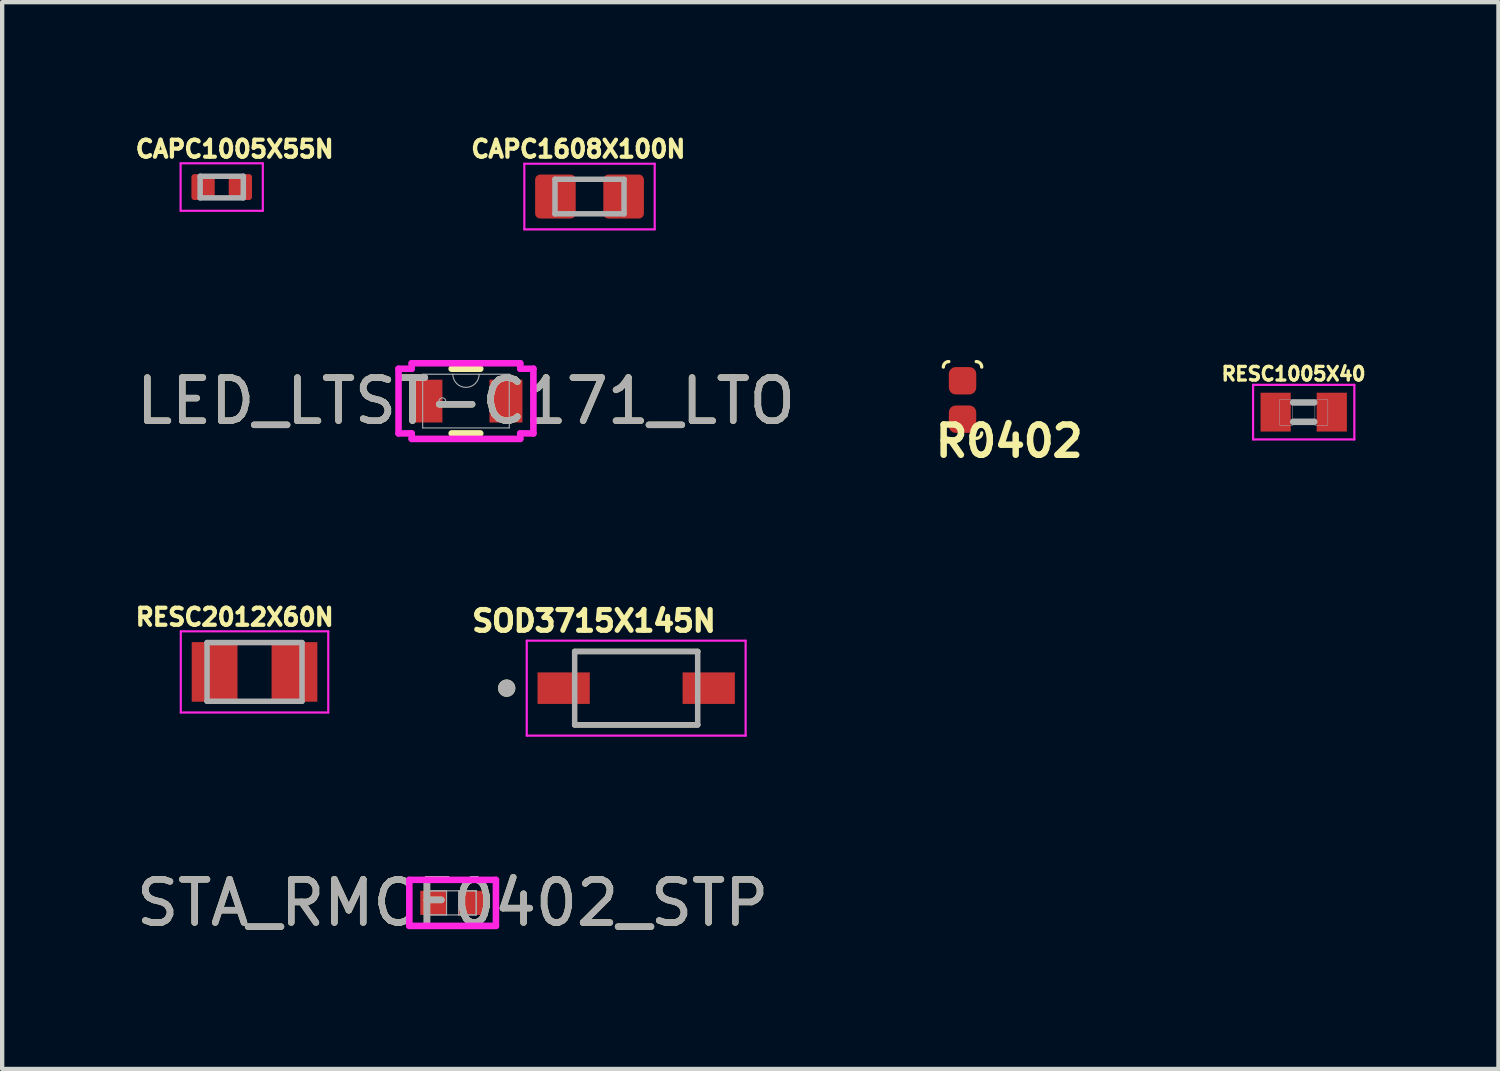
<source format=kicad_pcb>
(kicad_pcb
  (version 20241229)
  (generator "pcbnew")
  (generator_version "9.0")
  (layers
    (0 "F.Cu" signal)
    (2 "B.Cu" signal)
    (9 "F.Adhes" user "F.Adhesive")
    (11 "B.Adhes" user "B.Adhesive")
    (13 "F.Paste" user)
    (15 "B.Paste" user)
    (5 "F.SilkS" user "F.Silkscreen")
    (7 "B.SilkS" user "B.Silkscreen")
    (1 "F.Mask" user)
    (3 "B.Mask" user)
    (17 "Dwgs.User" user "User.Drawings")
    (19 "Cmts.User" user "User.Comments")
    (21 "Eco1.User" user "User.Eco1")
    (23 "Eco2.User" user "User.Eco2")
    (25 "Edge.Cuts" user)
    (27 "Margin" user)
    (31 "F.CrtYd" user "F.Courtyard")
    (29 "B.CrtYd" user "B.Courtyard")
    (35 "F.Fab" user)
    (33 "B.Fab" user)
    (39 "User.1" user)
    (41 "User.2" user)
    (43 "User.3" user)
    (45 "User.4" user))
  (footprint "R0402"
    (layer "F.Cu")
    (at 19.247 6.215)
    (property "Reference" "R0402" (at 1.081 0.953 180) (layer "F.SilkS") (effects (font (size 0.701 0.701) (thickness 0.15))))
    (attr smd)
    (fp_arc (start -0.4445 -0.762) (mid -0.407303 -0.851803) (end -0.3175 -0.889) (stroke (width 0.0762) (type solid)) (layer "F.SilkS"))
    (fp_arc (start -0.3175 0.889) (mid -0.407303 0.851803) (end -0.4445 0.762) (stroke (width 0.0762) (type solid)) (layer "F.SilkS"))
    (fp_arc (start 0.3175 -0.889) (mid 0.407303 -0.851803) (end 0.4445 -0.762) (stroke (width 0.0762) (type solid)) (layer "F.SilkS"))
    (fp_arc (start 0.4445 0.762) (mid 0.407303 0.851803) (end 0.3175 0.889) (stroke (width 0.0762) (type solid)) (layer "F.SilkS"))
    (pad "1" smd roundrect (at 0 -0.445) (size 0.635 0.635) (layers "F.Cu" "F.Mask" "F.Paste") (roundrect_rratio 0.25))
    (pad "2" smd roundrect (at 0 0.445) (size 0.635 0.635) (layers "F.Cu" "F.Mask" "F.Paste") (roundrect_rratio 0.25)))
  (footprint "CAPC1608X100N"
    (layer "F.Cu")
    (at 10.606 1.503)
    (property "Reference" "CAPC1608X100N" (at -0.26 -1.1 0) (layer "F.SilkS") (effects (font (size 0.394 0.394) (thickness 0.15))))
    (attr smd)
    (fp_line (start -1.51 -0.76) (end 1.51 -0.76) (stroke (width 0.05) (type solid)) (layer "F.CrtYd"))
    (fp_line (start -1.51 0.76) (end -1.51 -0.76) (stroke (width 0.05) (type solid)) (layer "F.CrtYd"))
    (fp_line (start -1.51 0.76) (end 1.51 0.76) (stroke (width 0.05) (type solid)) (layer "F.CrtYd"))
    (fp_line (start 1.51 0.76) (end 1.51 -0.76) (stroke (width 0.05) (type solid)) (layer "F.CrtYd"))
    (fp_line (start -0.8 0.4) (end -0.8 -0.4) (stroke (width 0.127) (type solid)) (layer "F.Fab"))
    (fp_line (start 0.8 -0.4) (end -0.8 -0.4) (stroke (width 0.127) (type solid)) (layer "F.Fab"))
    (fp_line (start 0.8 0.4) (end -0.8 0.4) (stroke (width 0.127) (type solid)) (layer "F.Fab"))
    (fp_line (start 0.8 0.4) (end 0.8 -0.4) (stroke (width 0.127) (type solid)) (layer "F.Fab"))
    (pad "1" smd roundrect (at -0.79 0) (size 0.94 1.02) (layers "F.Cu" "F.Mask" "F.Paste") (roundrect_rratio 0.125))
    (pad "2" smd roundrect (at 0.79 0) (size 0.94 1.02) (layers "F.Cu" "F.Mask" "F.Paste") (roundrect_rratio 0.125)))
  (footprint "SOD3715X145N"
    (layer "F.Cu")
    (at 11.687 12.891)
    (property "Reference" "SOD3715X145N" (at -0.978 -1.557 0) (layer "F.SilkS") (effects (font (size 0.481 0.481) (thickness 0.15))))
    (attr smd)
    (fp_line (start -1.425 -0.85) (end 1.425 -0.85) (stroke (width 0.127) (type solid)) (layer "F.SilkS"))
    (fp_line (start 1.425 0.85) (end -1.425 0.85) (stroke (width 0.127) (type solid)) (layer "F.SilkS"))
    (fp_circle (center -3 0) (end -2.9 0) (stroke (width 0.2) (type solid)) (fill no) (layer "F.SilkS"))
    (fp_line (start -2.535 -1.1) (end 2.535 -1.1) (stroke (width 0.05) (type solid)) (layer "F.CrtYd"))
    (fp_line (start -2.535 1.1) (end -2.535 -1.1) (stroke (width 0.05) (type solid)) (layer "F.CrtYd"))
    (fp_line (start 2.535 -1.1) (end 2.535 1.1) (stroke (width 0.05) (type solid)) (layer "F.CrtYd"))
    (fp_line (start 2.535 1.1) (end -2.535 1.1) (stroke (width 0.05) (type solid)) (layer "F.CrtYd"))
    (fp_line (start -1.425 -0.85) (end 1.425 -0.85) (stroke (width 0.127) (type solid)) (layer "F.Fab"))
    (fp_line (start -1.425 0.85) (end -1.425 -0.85) (stroke (width 0.127) (type solid)) (layer "F.Fab"))
    (fp_line (start 1.425 -0.85) (end 1.425 0.85) (stroke (width 0.127) (type solid)) (layer "F.Fab"))
    (fp_line (start 1.425 0.85) (end -1.425 0.85) (stroke (width 0.127) (type solid)) (layer "F.Fab"))
    (fp_circle (center -3 0) (end -2.9 0) (stroke (width 0.2) (type solid)) (fill no) (layer "F.Fab"))
    (pad "A" smd rect (at 1.68 0) (size 1.21 0.73) (layers "F.Cu" "F.Mask" "F.Paste"))
    (pad "C" smd rect (at -1.68 0) (size 1.21 0.73) (layers "F.Cu" "F.Mask" "F.Paste")))
  (footprint "CAPC1005X55N"
    (layer "F.Cu")
    (at 2.086 1.283)
    (property "Reference" "CAPC1005X55N" (at 0.3 -0.88 0) (layer "F.SilkS") (effects (font (size 0.394 0.394) (thickness 0.15))))
    (attr smd)
    (fp_line (start -0.952 -0.55) (end 0.952 -0.55) (stroke (width 0.05) (type solid)) (layer "F.CrtYd"))
    (fp_line (start -0.952 0.55) (end -0.952 -0.55) (stroke (width 0.05) (type solid)) (layer "F.CrtYd"))
    (fp_line (start -0.952 0.55) (end 0.952 0.55) (stroke (width 0.05) (type solid)) (layer "F.CrtYd"))
    (fp_line (start 0.952 0.55) (end 0.952 -0.55) (stroke (width 0.05) (type solid)) (layer "F.CrtYd"))
    (fp_line (start -0.5 0.25) (end -0.5 -0.25) (stroke (width 0.127) (type solid)) (layer "F.Fab"))
    (fp_line (start 0.5 -0.25) (end -0.5 -0.25) (stroke (width 0.127) (type solid)) (layer "F.Fab"))
    (fp_line (start 0.5 0.25) (end -0.5 0.25) (stroke (width 0.127) (type solid)) (layer "F.Fab"))
    (fp_line (start 0.5 0.25) (end 0.5 -0.25) (stroke (width 0.127) (type solid)) (layer "F.Fab"))
    (pad "1" smd roundrect (at -0.432 0) (size 0.54 0.6) (layers "F.Cu" "F.Mask" "F.Paste") (roundrect_rratio 0.125))
    (pad "2" smd roundrect (at 0.432 0) (size 0.54 0.6) (layers "F.Cu" "F.Mask" "F.Paste") (roundrect_rratio 0.125)))
  (footprint "STA_RMCF0402_STP"
    (layer "F.Cu")
    (at 7.435 17.865)
    (property "Reference" "STA_RMCF0402_STP" (at 0 0 0) (unlocked yes) (layer "F.SilkS") (effects (font (size 1 1) (thickness 0.15))))
    (attr smd)
    (fp_line (start -1.003 -0.533) (end 1.003 -0.533) (stroke (width 0.152) (type solid)) (layer "F.CrtYd"))
    (fp_line (start -1.003 0.533) (end -1.003 -0.533) (stroke (width 0.152) (type solid)) (layer "F.CrtYd"))
    (fp_line (start 1.003 -0.533) (end 1.003 0.533) (stroke (width 0.152) (type solid)) (layer "F.CrtYd"))
    (fp_line (start 1.003 0.533) (end -1.003 0.533) (stroke (width 0.152) (type solid)) (layer "F.CrtYd"))
    (fp_line (start -0.546 -0.279) (end -0.546 0.279) (stroke (width 0.025) (type solid)) (layer "F.Fab"))
    (fp_line (start -0.546 -0.279) (end -0.546 0.279) (stroke (width 0.025) (type solid)) (layer "F.Fab"))
    (fp_line (start -0.546 0.279) (end -0.14 0.279) (stroke (width 0.025) (type solid)) (layer "F.Fab"))
    (fp_line (start -0.546 0.279) (end 0.546 0.279) (stroke (width 0.025) (type solid)) (layer "F.Fab"))
    (fp_line (start -0.14 -0.279) (end -0.546 -0.279) (stroke (width 0.025) (type solid)) (layer "F.Fab"))
    (fp_line (start -0.14 0.279) (end -0.14 -0.279) (stroke (width 0.025) (type solid)) (layer "F.Fab"))
    (fp_line (start 0.14 -0.279) (end 0.14 0.279) (stroke (width 0.025) (type solid)) (layer "F.Fab"))
    (fp_line (start 0.14 0.279) (end 0.546 0.279) (stroke (width 0.025) (type solid)) (layer "F.Fab"))
    (fp_line (start 0.546 -0.279) (end -0.546 -0.279) (stroke (width 0.025) (type solid)) (layer "F.Fab"))
    (fp_line (start 0.546 -0.279) (end 0.14 -0.279) (stroke (width 0.025) (type solid)) (layer "F.Fab"))
    (fp_line (start 0.546 0.279) (end 0.546 -0.279) (stroke (width 0.025) (type solid)) (layer "F.Fab"))
    (fp_line (start 0.546 0.279) (end 0.546 -0.279) (stroke (width 0.025) (type solid)) (layer "F.Fab"))
    (fp_text user "${REFERENCE}" (at 0 0 0) (unlocked yes) (layer "F.Fab") (effects (font (size 1 1) (thickness 0.15))))
    (pad "1" smd rect (at -0.445 0) (size 0.61 0.559) (layers "F.Cu" "F.Mask" "F.Paste"))
    (pad "2" smd rect (at 0.445 0) (size 0.61 0.559) (layers "F.Cu" "F.Mask" "F.Paste"))
    (zone (net_name "") (layer "F.Cu") (hatch full 0.508) (connect_pads) (min_thickness 0.254) (filled_areas_thickness no) (keepout (tracks not_allowed) (vias not_allowed) (pads allowed) (copperpour not_allowed) (footprints allowed)) (placement (enabled no)) (fill) (polygon (pts (xy 7.346 17.636) (xy 7.523 17.636) (xy 7.523 18.093) (xy 7.346 18.093)))))
  (footprint "RESC1005X40"
    (layer "F.Cu")
    (at 27.15 6.497)
    (property "Reference" "RESC1005X40" (at -0.235 -0.886 0) (layer "F.SilkS") (effects (font (size 0.315 0.315) (thickness 0.15))))
    (attr smd)
    (fp_line (start -1.173 -0.633) (end 1.173 -0.633) (stroke (width 0.051) (type solid)) (layer "F.CrtYd"))
    (fp_line (start -1.173 0.633) (end -1.173 -0.633) (stroke (width 0.051) (type solid)) (layer "F.CrtYd"))
    (fp_line (start 1.173 -0.633) (end 1.173 0.633) (stroke (width 0.051) (type solid)) (layer "F.CrtYd"))
    (fp_line (start 1.173 0.633) (end -1.173 0.633) (stroke (width 0.051) (type solid)) (layer "F.CrtYd"))
    (fp_line (start -0.245 -0.224) (end 0.245 -0.224) (stroke (width 0.152) (type solid)) (layer "F.Fab"))
    (fp_line (start 0.245 0.224) (end -0.245 0.224) (stroke (width 0.152) (type solid)) (layer "F.Fab"))
    (fp_poly (pts (xy -0.554 -0.295) (xy -0.254 -0.295) (xy -0.254 0.305) (xy -0.554 0.305)) (stroke (width 0.01) (type solid)) (fill no) (layer "F.Fab"))
    (fp_poly (pts (xy 0.259 -0.295) (xy 0.559 -0.295) (xy 0.559 0.305) (xy 0.259 0.305)) (stroke (width 0.01) (type solid)) (fill no) (layer "F.Fab"))
    (pad "1" smd rect (at -0.65 0) (size 0.7 0.9) (layers "F.Cu" "F.Mask" "F.Paste"))
    (pad "2" smd rect (at 0.65 0) (size 0.7 0.9) (layers "F.Cu" "F.Mask" "F.Paste")))
  (footprint "LED_LTST-C171_LTO"
    (layer "F.Cu")
    (at 7.744 6.241)
    (property "Reference" "LED_LTST-C171_LTO" (at 0 0 0) (unlocked yes) (layer "F.SilkS") (effects (font (size 1 1) (thickness 0.15))))
    (attr smd)
    (fp_line (start -0.331 0.749) (end 0.331 0.749) (stroke (width 0.152) (type solid)) (layer "F.SilkS"))
    (fp_line (start 0.331 -0.749) (end -0.331 -0.749) (stroke (width 0.152) (type solid)) (layer "F.SilkS"))
    (fp_line (start -1.562 -0.749) (end -1.257 -0.749) (stroke (width 0.152) (type solid)) (layer "F.CrtYd"))
    (fp_line (start -1.562 0.749) (end -1.562 -0.749) (stroke (width 0.152) (type solid)) (layer "F.CrtYd"))
    (fp_line (start -1.562 0.749) (end -1.257 0.749) (stroke (width 0.152) (type solid)) (layer "F.CrtYd"))
    (fp_line (start -1.257 -0.876) (end 1.257 -0.876) (stroke (width 0.152) (type solid)) (layer "F.CrtYd"))
    (fp_line (start -1.257 -0.749) (end -1.257 -0.876) (stroke (width 0.152) (type solid)) (layer "F.CrtYd"))
    (fp_line (start -1.257 0.876) (end -1.257 0.749) (stroke (width 0.152) (type solid)) (layer "F.CrtYd"))
    (fp_line (start 1.257 -0.876) (end 1.257 -0.749) (stroke (width 0.152) (type solid)) (layer "F.CrtYd"))
    (fp_line (start 1.257 0.749) (end 1.257 0.876) (stroke (width 0.152) (type solid)) (layer "F.CrtYd"))
    (fp_line (start 1.257 0.876) (end -1.257 0.876) (stroke (width 0.152) (type solid)) (layer "F.CrtYd"))
    (fp_line (start 1.562 -0.749) (end 1.257 -0.749) (stroke (width 0.152) (type solid)) (layer "F.CrtYd"))
    (fp_line (start 1.562 -0.749) (end 1.562 0.749) (stroke (width 0.152) (type solid)) (layer "F.CrtYd"))
    (fp_line (start 1.562 0.749) (end 1.257 0.749) (stroke (width 0.152) (type solid)) (layer "F.CrtYd"))
    (fp_line (start -1.003 -0.622) (end -1.003 0.622) (stroke (width 0.025) (type solid)) (layer "F.Fab"))
    (fp_line (start -1.003 0.622) (end 1.003 0.622) (stroke (width 0.025) (type solid)) (layer "F.Fab"))
    (fp_line (start 1.003 -0.622) (end -1.003 -0.622) (stroke (width 0.025) (type solid)) (layer "F.Fab"))
    (fp_line (start 1.003 0.622) (end 1.003 -0.622) (stroke (width 0.025) (type solid)) (layer "F.Fab"))
    (fp_arc (start 0.3048 -0.6223) (mid 0 -0.3175) (end -0.3048 -0.6223) (stroke (width 0.0254) (type solid)) (layer "F.Fab"))
    (fp_circle (center -0.546 0) (end -0.47 0) (stroke (width 0.025) (type solid)) (fill no) (layer "F.Fab"))
    (fp_text user "${REFERENCE}" (at 0 0 0) (unlocked yes) (layer "F.Fab") (effects (font (size 1 1) (thickness 0.15))))
    (pad "1" smd rect (at -0.927 0) (size 0.762 0.991) (layers "F.Cu" "F.Mask" "F.Paste"))
    (pad "2" smd rect (at 0.927 0) (size 0.762 0.991) (layers "F.Cu" "F.Mask" "F.Paste")))
  (footprint "RESC2012X60N"
    (layer "F.Cu")
    (at 2.846 12.515)
    (property "Reference" "RESC2012X60N" (at -0.46 -1.27 0) (layer "F.SilkS") (effects (font (size 0.394 0.394) (thickness 0.15))))
    (attr smd)
    (fp_line (start -1.708 -0.94) (end 1.708 -0.94) (stroke (width 0.05) (type solid)) (layer "F.CrtYd"))
    (fp_line (start -1.708 0.94) (end -1.708 -0.94) (stroke (width 0.05) (type solid)) (layer "F.CrtYd"))
    (fp_line (start -1.708 0.94) (end 1.708 0.94) (stroke (width 0.05) (type solid)) (layer "F.CrtYd"))
    (fp_line (start 1.708 0.94) (end 1.708 -0.94) (stroke (width 0.05) (type solid)) (layer "F.CrtYd"))
    (fp_line (start -1.1 0.68) (end -1.1 -0.68) (stroke (width 0.127) (type solid)) (layer "F.Fab"))
    (fp_line (start 1.1 -0.68) (end -1.1 -0.68) (stroke (width 0.127) (type solid)) (layer "F.Fab"))
    (fp_line (start 1.1 0.68) (end -1.1 0.68) (stroke (width 0.127) (type solid)) (layer "F.Fab"))
    (fp_line (start 1.1 0.68) (end 1.1 -0.68) (stroke (width 0.127) (type solid)) (layer "F.Fab"))
    (pad "1" smd rect (at -0.925 0) (size 1.06 1.38) (layers "F.Cu" "F.Mask" "F.Paste"))
    (pad "2" smd rect (at 0.925 0) (size 1.06 1.38) (layers "F.Cu" "F.Mask" "F.Paste")))
  (gr_rect
    (start -3 -3)
    (end 31.661 21.713)
    (stroke (width 0.1) (type default))
    (fill no)
    (layer "Edge.Cuts")))
</source>
